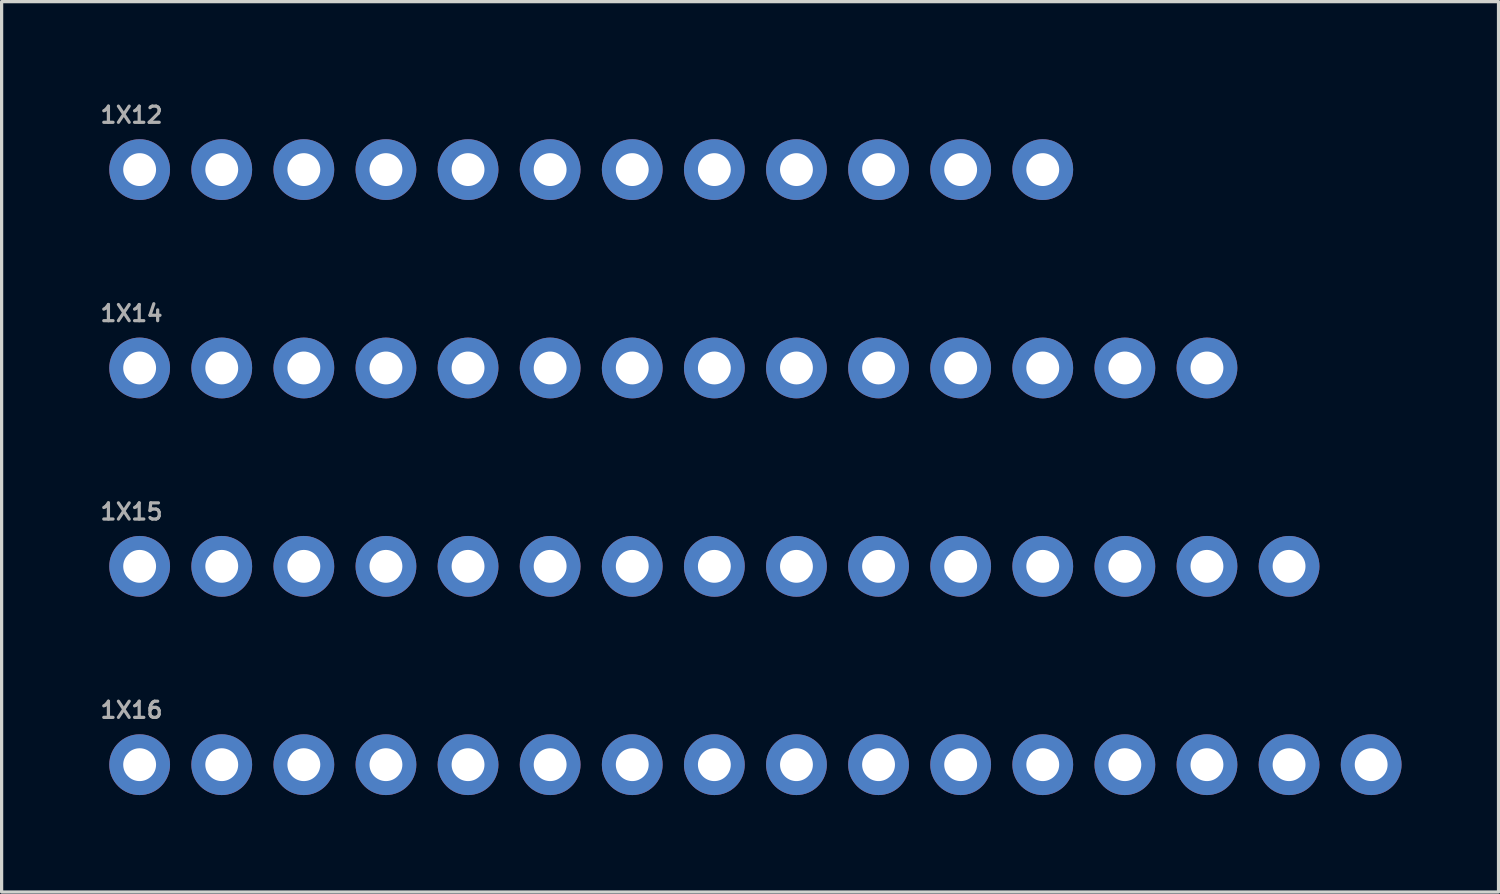
<source format=kicad_pcb>
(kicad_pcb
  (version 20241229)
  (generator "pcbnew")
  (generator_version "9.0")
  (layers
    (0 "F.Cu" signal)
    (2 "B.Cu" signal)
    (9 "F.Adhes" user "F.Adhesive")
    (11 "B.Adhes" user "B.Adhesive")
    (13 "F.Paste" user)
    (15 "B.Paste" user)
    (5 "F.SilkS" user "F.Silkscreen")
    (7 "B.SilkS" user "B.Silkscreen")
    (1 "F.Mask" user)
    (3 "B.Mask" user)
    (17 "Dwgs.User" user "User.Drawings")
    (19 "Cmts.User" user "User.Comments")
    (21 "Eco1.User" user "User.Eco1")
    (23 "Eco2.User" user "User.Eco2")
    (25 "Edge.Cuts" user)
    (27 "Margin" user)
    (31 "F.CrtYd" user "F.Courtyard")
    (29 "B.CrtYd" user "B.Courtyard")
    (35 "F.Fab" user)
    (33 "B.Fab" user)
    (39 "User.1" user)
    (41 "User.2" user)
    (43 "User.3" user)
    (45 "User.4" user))
  (footprint "1X12"
    (layer "F.Cu")
    (at 1.27 2.197)
    (property "Reference" "1X12" (at -1.27 -1.397 0) (layer "F.Fab") (effects (font (size 0.5 0.5) (thickness 0.1)) (justify left bottom)))
    (pad "1" thru_hole circle (at 0 0 90) (size 1.88 1.88) (drill 1.016) (layers "*.Cu" "*.Mask"))
    (pad "2" thru_hole circle (at 2.54 0 90) (size 1.88 1.88) (drill 1.016) (layers "*.Cu" "*.Mask"))
    (pad "3" thru_hole circle (at 5.08 0 90) (size 1.88 1.88) (drill 1.016) (layers "*.Cu" "*.Mask"))
    (pad "4" thru_hole circle (at 7.62 0 90) (size 1.88 1.88) (drill 1.016) (layers "*.Cu" "*.Mask"))
    (pad "5" thru_hole circle (at 10.16 0 90) (size 1.88 1.88) (drill 1.016) (layers "*.Cu" "*.Mask"))
    (pad "6" thru_hole circle (at 12.7 0 90) (size 1.88 1.88) (drill 1.016) (layers "*.Cu" "*.Mask"))
    (pad "7" thru_hole circle (at 15.24 0 90) (size 1.88 1.88) (drill 1.016) (layers "*.Cu" "*.Mask"))
    (pad "8" thru_hole circle (at 17.78 0 90) (size 1.88 1.88) (drill 1.016) (layers "*.Cu" "*.Mask"))
    (pad "9" thru_hole circle (at 20.32 0 90) (size 1.88 1.88) (drill 1.016) (layers "*.Cu" "*.Mask"))
    (pad "10" thru_hole circle (at 22.86 0 90) (size 1.88 1.88) (drill 1.016) (layers "*.Cu" "*.Mask"))
    (pad "11" thru_hole circle (at 25.4 0 90) (size 1.88 1.88) (drill 1.016) (layers "*.Cu" "*.Mask"))
    (pad "12" thru_hole circle (at 27.94 0 90) (size 1.88 1.88) (drill 1.016) (layers "*.Cu" "*.Mask")))
  (footprint "1X14"
    (layer "F.Cu")
    (at 1.27 8.334)
    (property "Reference" "1X14" (at -1.27 -1.397 0) (layer "F.Fab") (effects (font (size 0.5 0.5) (thickness 0.1)) (justify left bottom)))
    (fp_poly (pts (xy -0.254 0.254) (xy 0.254 0.254) (xy 0.254 -0.254) (xy -0.254 -0.254)) (stroke (width 0.1) (type default)) (fill no) (layer "F.Fab"))
    (fp_poly (pts (xy 2.286 0.254) (xy 2.794 0.254) (xy 2.794 -0.254) (xy 2.286 -0.254)) (stroke (width 0.1) (type default)) (fill no) (layer "F.Fab"))
    (fp_poly (pts (xy 4.826 0.254) (xy 5.334 0.254) (xy 5.334 -0.254) (xy 4.826 -0.254)) (stroke (width 0.1) (type default)) (fill no) (layer "F.Fab"))
    (fp_poly (pts (xy 7.366 0.254) (xy 7.874 0.254) (xy 7.874 -0.254) (xy 7.366 -0.254)) (stroke (width 0.1) (type default)) (fill no) (layer "F.Fab"))
    (fp_poly (pts (xy 9.906 0.254) (xy 10.414 0.254) (xy 10.414 -0.254) (xy 9.906 -0.254)) (stroke (width 0.1) (type default)) (fill no) (layer "F.Fab"))
    (fp_poly (pts (xy 12.446 0.254) (xy 12.954 0.254) (xy 12.954 -0.254) (xy 12.446 -0.254)) (stroke (width 0.1) (type default)) (fill no) (layer "F.Fab"))
    (fp_poly (pts (xy 14.986 0.254) (xy 15.494 0.254) (xy 15.494 -0.254) (xy 14.986 -0.254)) (stroke (width 0.1) (type default)) (fill no) (layer "F.Fab"))
    (fp_poly (pts (xy 17.526 0.254) (xy 18.034 0.254) (xy 18.034 -0.254) (xy 17.526 -0.254)) (stroke (width 0.1) (type default)) (fill no) (layer "F.Fab"))
    (fp_poly (pts (xy 20.066 0.254) (xy 20.574 0.254) (xy 20.574 -0.254) (xy 20.066 -0.254)) (stroke (width 0.1) (type default)) (fill no) (layer "F.Fab"))
    (fp_poly (pts (xy 22.606 0.254) (xy 23.114 0.254) (xy 23.114 -0.254) (xy 22.606 -0.254)) (stroke (width 0.1) (type default)) (fill no) (layer "F.Fab"))
    (fp_poly (pts (xy 25.146 0.254) (xy 25.654 0.254) (xy 25.654 -0.254) (xy 25.146 -0.254)) (stroke (width 0.1) (type default)) (fill no) (layer "F.Fab"))
    (fp_poly (pts (xy 27.686 0.254) (xy 28.194 0.254) (xy 28.194 -0.254) (xy 27.686 -0.254)) (stroke (width 0.1) (type default)) (fill no) (layer "F.Fab"))
    (fp_poly (pts (xy 30.226 0.254) (xy 30.734 0.254) (xy 30.734 -0.254) (xy 30.226 -0.254)) (stroke (width 0.1) (type default)) (fill no) (layer "F.Fab"))
    (fp_poly (pts (xy 32.766 0.254) (xy 33.274 0.254) (xy 33.274 -0.254) (xy 32.766 -0.254)) (stroke (width 0.1) (type default)) (fill no) (layer "F.Fab"))
    (pad "1" thru_hole circle (at 0 0 90) (size 1.88 1.88) (drill 1.016) (layers "*.Cu" "*.Mask"))
    (pad "2" thru_hole circle (at 2.54 0 90) (size 1.88 1.88) (drill 1.016) (layers "*.Cu" "*.Mask"))
    (pad "3" thru_hole circle (at 5.08 0 90) (size 1.88 1.88) (drill 1.016) (layers "*.Cu" "*.Mask"))
    (pad "4" thru_hole circle (at 7.62 0 90) (size 1.88 1.88) (drill 1.016) (layers "*.Cu" "*.Mask"))
    (pad "5" thru_hole circle (at 10.16 0 90) (size 1.88 1.88) (drill 1.016) (layers "*.Cu" "*.Mask"))
    (pad "6" thru_hole circle (at 12.7 0 90) (size 1.88 1.88) (drill 1.016) (layers "*.Cu" "*.Mask"))
    (pad "7" thru_hole circle (at 15.24 0 90) (size 1.88 1.88) (drill 1.016) (layers "*.Cu" "*.Mask"))
    (pad "8" thru_hole circle (at 17.78 0 90) (size 1.88 1.88) (drill 1.016) (layers "*.Cu" "*.Mask"))
    (pad "9" thru_hole circle (at 20.32 0 90) (size 1.88 1.88) (drill 1.016) (layers "*.Cu" "*.Mask"))
    (pad "10" thru_hole circle (at 22.86 0 90) (size 1.88 1.88) (drill 1.016) (layers "*.Cu" "*.Mask"))
    (pad "11" thru_hole circle (at 25.4 0 90) (size 1.88 1.88) (drill 1.016) (layers "*.Cu" "*.Mask"))
    (pad "12" thru_hole circle (at 27.94 0 90) (size 1.88 1.88) (drill 1.016) (layers "*.Cu" "*.Mask"))
    (pad "13" thru_hole circle (at 30.48 0 90) (size 1.88 1.88) (drill 1.016) (layers "*.Cu" "*.Mask"))
    (pad "14" thru_hole circle (at 33.02 0 90) (size 1.88 1.88) (drill 1.016) (layers "*.Cu" "*.Mask")))
  (footprint "1X16"
    (layer "F.Cu")
    (at 1.27 20.607)
    (property "Reference" "1X16" (at -1.27 -1.397 0) (layer "F.Fab") (effects (font (size 0.5 0.5) (thickness 0.1)) (justify left bottom)))
    (fp_poly (pts (xy -0.254 0.254) (xy 0.254 0.254) (xy 0.254 -0.254) (xy -0.254 -0.254)) (stroke (width 0.1) (type default)) (fill no) (layer "F.Fab"))
    (fp_poly (pts (xy 2.286 0.254) (xy 2.794 0.254) (xy 2.794 -0.254) (xy 2.286 -0.254)) (stroke (width 0.1) (type default)) (fill no) (layer "F.Fab"))
    (fp_poly (pts (xy 4.826 0.254) (xy 5.334 0.254) (xy 5.334 -0.254) (xy 4.826 -0.254)) (stroke (width 0.1) (type default)) (fill no) (layer "F.Fab"))
    (fp_poly (pts (xy 7.366 0.254) (xy 7.874 0.254) (xy 7.874 -0.254) (xy 7.366 -0.254)) (stroke (width 0.1) (type default)) (fill no) (layer "F.Fab"))
    (fp_poly (pts (xy 9.906 0.254) (xy 10.414 0.254) (xy 10.414 -0.254) (xy 9.906 -0.254)) (stroke (width 0.1) (type default)) (fill no) (layer "F.Fab"))
    (fp_poly (pts (xy 12.446 0.254) (xy 12.954 0.254) (xy 12.954 -0.254) (xy 12.446 -0.254)) (stroke (width 0.1) (type default)) (fill no) (layer "F.Fab"))
    (fp_poly (pts (xy 14.986 0.254) (xy 15.494 0.254) (xy 15.494 -0.254) (xy 14.986 -0.254)) (stroke (width 0.1) (type default)) (fill no) (layer "F.Fab"))
    (fp_poly (pts (xy 17.526 0.254) (xy 18.034 0.254) (xy 18.034 -0.254) (xy 17.526 -0.254)) (stroke (width 0.1) (type default)) (fill no) (layer "F.Fab"))
    (fp_poly (pts (xy 20.066 0.254) (xy 20.574 0.254) (xy 20.574 -0.254) (xy 20.066 -0.254)) (stroke (width 0.1) (type default)) (fill no) (layer "F.Fab"))
    (fp_poly (pts (xy 22.606 0.254) (xy 23.114 0.254) (xy 23.114 -0.254) (xy 22.606 -0.254)) (stroke (width 0.1) (type default)) (fill no) (layer "F.Fab"))
    (fp_poly (pts (xy 25.146 0.254) (xy 25.654 0.254) (xy 25.654 -0.254) (xy 25.146 -0.254)) (stroke (width 0.1) (type default)) (fill no) (layer "F.Fab"))
    (fp_poly (pts (xy 27.686 0.254) (xy 28.194 0.254) (xy 28.194 -0.254) (xy 27.686 -0.254)) (stroke (width 0.1) (type default)) (fill no) (layer "F.Fab"))
    (fp_poly (pts (xy 30.226 0.254) (xy 30.734 0.254) (xy 30.734 -0.254) (xy 30.226 -0.254)) (stroke (width 0.1) (type default)) (fill no) (layer "F.Fab"))
    (fp_poly (pts (xy 32.766 0.254) (xy 33.274 0.254) (xy 33.274 -0.254) (xy 32.766 -0.254)) (stroke (width 0.1) (type default)) (fill no) (layer "F.Fab"))
    (fp_poly (pts (xy 35.306 0.254) (xy 35.814 0.254) (xy 35.814 -0.254) (xy 35.306 -0.254)) (stroke (width 0.1) (type default)) (fill no) (layer "F.Fab"))
    (fp_poly (pts (xy 37.846 0.254) (xy 38.354 0.254) (xy 38.354 -0.254) (xy 37.846 -0.254)) (stroke (width 0.1) (type default)) (fill no) (layer "F.Fab"))
    (pad "1" thru_hole circle (at 0 0 90) (size 1.88 1.88) (drill 1.016) (layers "*.Cu" "*.Mask"))
    (pad "2" thru_hole circle (at 2.54 0 90) (size 1.88 1.88) (drill 1.016) (layers "*.Cu" "*.Mask"))
    (pad "3" thru_hole circle (at 5.08 0 90) (size 1.88 1.88) (drill 1.016) (layers "*.Cu" "*.Mask"))
    (pad "4" thru_hole circle (at 7.62 0 90) (size 1.88 1.88) (drill 1.016) (layers "*.Cu" "*.Mask"))
    (pad "5" thru_hole circle (at 10.16 0 90) (size 1.88 1.88) (drill 1.016) (layers "*.Cu" "*.Mask"))
    (pad "6" thru_hole circle (at 12.7 0 90) (size 1.88 1.88) (drill 1.016) (layers "*.Cu" "*.Mask"))
    (pad "7" thru_hole circle (at 15.24 0 90) (size 1.88 1.88) (drill 1.016) (layers "*.Cu" "*.Mask"))
    (pad "8" thru_hole circle (at 17.78 0 90) (size 1.88 1.88) (drill 1.016) (layers "*.Cu" "*.Mask"))
    (pad "9" thru_hole circle (at 20.32 0 90) (size 1.88 1.88) (drill 1.016) (layers "*.Cu" "*.Mask"))
    (pad "10" thru_hole circle (at 22.86 0 90) (size 1.88 1.88) (drill 1.016) (layers "*.Cu" "*.Mask"))
    (pad "11" thru_hole circle (at 25.4 0 90) (size 1.88 1.88) (drill 1.016) (layers "*.Cu" "*.Mask"))
    (pad "12" thru_hole circle (at 27.94 0 90) (size 1.88 1.88) (drill 1.016) (layers "*.Cu" "*.Mask"))
    (pad "13" thru_hole circle (at 30.48 0 90) (size 1.88 1.88) (drill 1.016) (layers "*.Cu" "*.Mask"))
    (pad "14" thru_hole circle (at 33.02 0 90) (size 1.88 1.88) (drill 1.016) (layers "*.Cu" "*.Mask"))
    (pad "15" thru_hole circle (at 35.56 0 90) (size 1.88 1.88) (drill 1.016) (layers "*.Cu" "*.Mask"))
    (pad "16" thru_hole circle (at 38.1 0 90) (size 1.88 1.88) (drill 1.016) (layers "*.Cu" "*.Mask")))
  (footprint "1X15"
    (layer "F.Cu")
    (at 1.27 14.471)
    (property "Reference" "1X15" (at -1.27 -1.397 0) (layer "F.Fab") (effects (font (size 0.5 0.5) (thickness 0.1)) (justify left bottom)))
    (fp_poly (pts (xy -0.254 0.254) (xy 0.254 0.254) (xy 0.254 -0.254) (xy -0.254 -0.254)) (stroke (width 0.1) (type default)) (fill no) (layer "F.Fab"))
    (fp_poly (pts (xy 2.286 0.254) (xy 2.794 0.254) (xy 2.794 -0.254) (xy 2.286 -0.254)) (stroke (width 0.1) (type default)) (fill no) (layer "F.Fab"))
    (fp_poly (pts (xy 4.826 0.254) (xy 5.334 0.254) (xy 5.334 -0.254) (xy 4.826 -0.254)) (stroke (width 0.1) (type default)) (fill no) (layer "F.Fab"))
    (fp_poly (pts (xy 7.366 0.254) (xy 7.874 0.254) (xy 7.874 -0.254) (xy 7.366 -0.254)) (stroke (width 0.1) (type default)) (fill no) (layer "F.Fab"))
    (fp_poly (pts (xy 9.906 0.254) (xy 10.414 0.254) (xy 10.414 -0.254) (xy 9.906 -0.254)) (stroke (width 0.1) (type default)) (fill no) (layer "F.Fab"))
    (fp_poly (pts (xy 12.446 0.254) (xy 12.954 0.254) (xy 12.954 -0.254) (xy 12.446 -0.254)) (stroke (width 0.1) (type default)) (fill no) (layer "F.Fab"))
    (fp_poly (pts (xy 14.986 0.254) (xy 15.494 0.254) (xy 15.494 -0.254) (xy 14.986 -0.254)) (stroke (width 0.1) (type default)) (fill no) (layer "F.Fab"))
    (fp_poly (pts (xy 17.526 0.254) (xy 18.034 0.254) (xy 18.034 -0.254) (xy 17.526 -0.254)) (stroke (width 0.1) (type default)) (fill no) (layer "F.Fab"))
    (fp_poly (pts (xy 20.066 0.254) (xy 20.574 0.254) (xy 20.574 -0.254) (xy 20.066 -0.254)) (stroke (width 0.1) (type default)) (fill no) (layer "F.Fab"))
    (fp_poly (pts (xy 22.606 0.254) (xy 23.114 0.254) (xy 23.114 -0.254) (xy 22.606 -0.254)) (stroke (width 0.1) (type default)) (fill no) (layer "F.Fab"))
    (fp_poly (pts (xy 25.146 0.254) (xy 25.654 0.254) (xy 25.654 -0.254) (xy 25.146 -0.254)) (stroke (width 0.1) (type default)) (fill no) (layer "F.Fab"))
    (fp_poly (pts (xy 27.686 0.254) (xy 28.194 0.254) (xy 28.194 -0.254) (xy 27.686 -0.254)) (stroke (width 0.1) (type default)) (fill no) (layer "F.Fab"))
    (fp_poly (pts (xy 30.226 0.254) (xy 30.734 0.254) (xy 30.734 -0.254) (xy 30.226 -0.254)) (stroke (width 0.1) (type default)) (fill no) (layer "F.Fab"))
    (fp_poly (pts (xy 32.766 0.254) (xy 33.274 0.254) (xy 33.274 -0.254) (xy 32.766 -0.254)) (stroke (width 0.1) (type default)) (fill no) (layer "F.Fab"))
    (fp_poly (pts (xy 35.306 0.254) (xy 35.814 0.254) (xy 35.814 -0.254) (xy 35.306 -0.254)) (stroke (width 0.1) (type default)) (fill no) (layer "F.Fab"))
    (pad "1" thru_hole circle (at 0 0 90) (size 1.88 1.88) (drill 1.016) (layers "*.Cu" "*.Mask"))
    (pad "2" thru_hole circle (at 2.54 0 90) (size 1.88 1.88) (drill 1.016) (layers "*.Cu" "*.Mask"))
    (pad "3" thru_hole circle (at 5.08 0 90) (size 1.88 1.88) (drill 1.016) (layers "*.Cu" "*.Mask"))
    (pad "4" thru_hole circle (at 7.62 0 90) (size 1.88 1.88) (drill 1.016) (layers "*.Cu" "*.Mask"))
    (pad "5" thru_hole circle (at 10.16 0 90) (size 1.88 1.88) (drill 1.016) (layers "*.Cu" "*.Mask"))
    (pad "6" thru_hole circle (at 12.7 0 90) (size 1.88 1.88) (drill 1.016) (layers "*.Cu" "*.Mask"))
    (pad "7" thru_hole circle (at 15.24 0 90) (size 1.88 1.88) (drill 1.016) (layers "*.Cu" "*.Mask"))
    (pad "8" thru_hole circle (at 17.78 0 90) (size 1.88 1.88) (drill 1.016) (layers "*.Cu" "*.Mask"))
    (pad "9" thru_hole circle (at 20.32 0 90) (size 1.88 1.88) (drill 1.016) (layers "*.Cu" "*.Mask"))
    (pad "10" thru_hole circle (at 22.86 0 90) (size 1.88 1.88) (drill 1.016) (layers "*.Cu" "*.Mask"))
    (pad "11" thru_hole circle (at 25.4 0 90) (size 1.88 1.88) (drill 1.016) (layers "*.Cu" "*.Mask"))
    (pad "12" thru_hole circle (at 27.94 0 90) (size 1.88 1.88) (drill 1.016) (layers "*.Cu" "*.Mask"))
    (pad "13" thru_hole circle (at 30.48 0 90) (size 1.88 1.88) (drill 1.016) (layers "*.Cu" "*.Mask"))
    (pad "14" thru_hole circle (at 33.02 0 90) (size 1.88 1.88) (drill 1.016) (layers "*.Cu" "*.Mask"))
    (pad "15" thru_hole circle (at 35.56 0 90) (size 1.88 1.88) (drill 1.016) (layers "*.Cu" "*.Mask")))
  (gr_rect
    (start -3 -3)
    (end 43.31 24.547)
    (stroke (width 0.1) (type default))
    (fill no)
    (layer "Edge.Cuts")))
</source>
